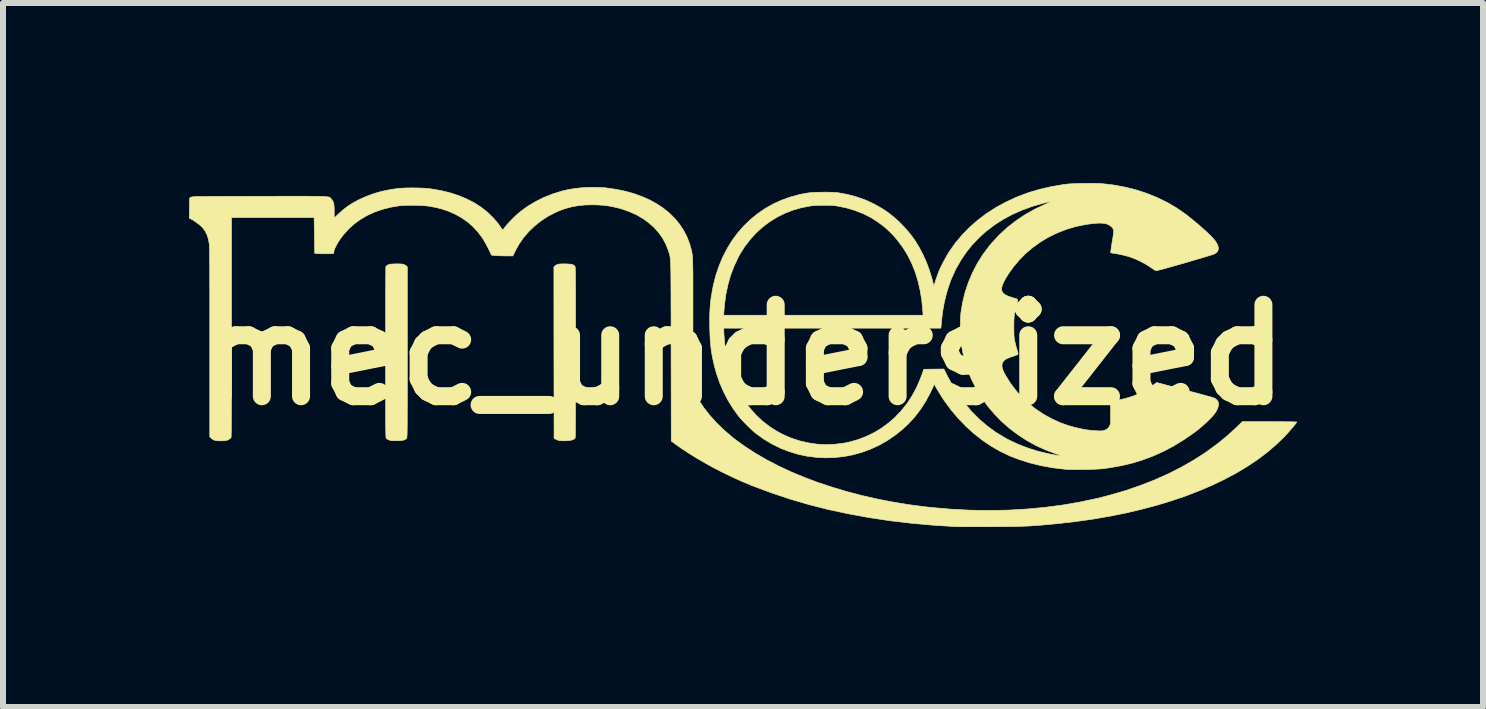
<source format=kicad_pcb>
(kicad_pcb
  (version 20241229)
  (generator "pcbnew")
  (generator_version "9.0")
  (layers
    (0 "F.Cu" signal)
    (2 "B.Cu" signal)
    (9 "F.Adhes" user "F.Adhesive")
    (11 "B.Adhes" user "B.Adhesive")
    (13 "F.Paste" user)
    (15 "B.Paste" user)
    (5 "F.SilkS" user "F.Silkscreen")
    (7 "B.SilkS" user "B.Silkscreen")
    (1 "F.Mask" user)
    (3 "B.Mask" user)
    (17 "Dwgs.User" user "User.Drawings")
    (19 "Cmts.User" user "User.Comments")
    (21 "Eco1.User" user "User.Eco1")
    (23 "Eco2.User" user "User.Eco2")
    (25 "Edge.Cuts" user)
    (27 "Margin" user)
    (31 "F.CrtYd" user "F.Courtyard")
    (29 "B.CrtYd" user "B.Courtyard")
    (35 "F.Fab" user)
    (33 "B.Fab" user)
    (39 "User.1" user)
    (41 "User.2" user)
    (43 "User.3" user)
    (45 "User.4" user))
  (footprint "mec_undersized"
    (layer "F.Cu")
    (at 9.333 2.864)
    (property "Reference" "mec_undersized" (at 0 0 0) (layer "F.SilkS") (effects (font (size 1.524 1.524) (thickness 0.3))))
    (attr exclude_from_pos_files exclude_from_bom)
    (fp_poly (pts (xy -2.954 -1.516) (xy -2.909 -1.514) (xy -2.874 -1.511) (xy -2.848 -1.506) (xy -2.829 -1.499) (xy -2.813 -1.488) (xy -2.802 -1.478) (xy -2.8 -1.476) (xy -2.799 -1.472) (xy -2.798 -1.465) (xy -2.797 -1.456) (xy -2.796 -1.442) (xy -2.795 -1.424) (xy -2.795 -1.402) (xy -2.794 -1.374) (xy -2.793 -1.34) (xy -2.793 -1.3) (xy -2.792 -1.252) (xy -2.792 -1.197) (xy -2.792 -1.134) (xy -2.791 -1.063) (xy -2.791 -0.982) (xy -2.791 -0.891) (xy -2.791 -0.79) (xy -2.791 -0.678) (xy -2.791 -0.554) (xy -2.791 -0.418) (xy -2.791 -0.27) (xy -2.791 -0.109) (xy -2.791 -0.048) (xy -2.791 0.135) (xy -2.791 0.303) (xy -2.791 0.459) (xy -2.791 0.601) (xy -2.791 0.73) (xy -2.792 0.847) (xy -2.792 0.952) (xy -2.792 1.044) (xy -2.793 1.125) (xy -2.793 1.195) (xy -2.794 1.253) (xy -2.795 1.3) (xy -2.795 1.337) (xy -2.796 1.363) (xy -2.797 1.38) (xy -2.798 1.386) (xy -2.809 1.397) (xy -2.827 1.409) (xy -2.838 1.415) (xy -2.863 1.422) (xy -2.897 1.428) (xy -2.938 1.431) (xy -2.981 1.432) (xy -3.022 1.432) (xy -3.058 1.428) (xy -3.078 1.424) (xy -3.102 1.415) (xy -3.124 1.405) (xy -3.13 1.401) (xy -3.149 1.387) (xy -3.151 -0.04) (xy -3.152 -1.467) (xy -3.131 -1.485) (xy -3.113 -1.498) (xy -3.092 -1.507) (xy -3.066 -1.513) (xy -3.032 -1.516) (xy -2.988 -1.516) (xy -2.954 -1.516)) (stroke (width 0.01) (type solid)) (fill yes) (layer "F.SilkS"))
    (fp_poly (pts (xy -5.702 -1.515) (xy -5.671 -1.511) (xy -5.647 -1.504) (xy -5.627 -1.493) (xy -5.616 -1.485) (xy -5.595 -1.467) (xy -5.595 -0.042) (xy -5.595 0.124) (xy -5.595 0.276) (xy -5.595 0.416) (xy -5.595 0.544) (xy -5.595 0.659) (xy -5.595 0.764) (xy -5.595 0.859) (xy -5.596 0.943) (xy -5.596 1.018) (xy -5.596 1.084) (xy -5.596 1.141) (xy -5.597 1.191) (xy -5.597 1.234) (xy -5.598 1.27) (xy -5.598 1.301) (xy -5.599 1.325) (xy -5.6 1.345) (xy -5.601 1.361) (xy -5.602 1.372) (xy -5.603 1.381) (xy -5.604 1.387) (xy -5.605 1.391) (xy -5.607 1.393) (xy -5.607 1.393) (xy -5.626 1.407) (xy -5.645 1.417) (xy -5.669 1.424) (xy -5.701 1.428) (xy -5.742 1.43) (xy -5.758 1.431) (xy -5.795 1.431) (xy -5.829 1.431) (xy -5.856 1.429) (xy -5.873 1.428) (xy -5.873 1.427) (xy -5.914 1.413) (xy -5.945 1.393) (xy -5.946 1.392) (xy -5.947 1.388) (xy -5.949 1.384) (xy -5.95 1.376) (xy -5.951 1.366) (xy -5.952 1.352) (xy -5.952 1.334) (xy -5.953 1.311) (xy -5.954 1.283) (xy -5.954 1.25) (xy -5.955 1.21) (xy -5.955 1.163) (xy -5.956 1.108) (xy -5.956 1.045) (xy -5.956 0.974) (xy -5.956 0.894) (xy -5.956 0.804) (xy -5.957 0.703) (xy -5.957 0.592) (xy -5.957 0.469) (xy -5.957 0.334) (xy -5.957 0.187) (xy -5.957 0.026) (xy -5.957 -0.039) (xy -5.957 -0.179) (xy -5.957 -0.315) (xy -5.957 -0.446) (xy -5.957 -0.573) (xy -5.956 -0.695) (xy -5.956 -0.809) (xy -5.956 -0.917) (xy -5.956 -1.018) (xy -5.955 -1.11) (xy -5.955 -1.193) (xy -5.955 -1.267) (xy -5.954 -1.33) (xy -5.954 -1.383) (xy -5.954 -1.424) (xy -5.953 -1.453) (xy -5.953 -1.468) (xy -5.952 -1.472) (xy -5.944 -1.481) (xy -5.928 -1.493) (xy -5.919 -1.498) (xy -5.906 -1.504) (xy -5.891 -1.509) (xy -5.872 -1.512) (xy -5.845 -1.514) (xy -5.809 -1.515) (xy -5.793 -1.516) (xy -5.742 -1.516) (xy -5.702 -1.515)) (stroke (width 0.01) (type solid)) (fill yes) (layer "F.SilkS"))
    (fp_poly (pts (xy -2.377 -2.79) (xy -2.293 -2.784) (xy -2.13 -2.761) (xy -1.974 -2.73) (xy -1.827 -2.69) (xy -1.688 -2.64) (xy -1.558 -2.583) (xy -1.438 -2.517) (xy -1.327 -2.443) (xy -1.227 -2.362) (xy -1.137 -2.273) (xy -1.058 -2.177) (xy -0.99 -2.074) (xy -0.933 -1.964) (xy -0.889 -1.848) (xy -0.87 -1.781) (xy -0.865 -1.763) (xy -0.861 -1.746) (xy -0.857 -1.73) (xy -0.854 -1.714) (xy -0.851 -1.698) (xy -0.848 -1.68) (xy -0.845 -1.659) (xy -0.843 -1.636) (xy -0.841 -1.61) (xy -0.84 -1.579) (xy -0.839 -1.543) (xy -0.838 -1.501) (xy -0.837 -1.454) (xy -0.836 -1.399) (xy -0.835 -1.336) (xy -0.835 -1.265) (xy -0.835 -1.185) (xy -0.835 -1.095) (xy -0.835 -0.994) (xy -0.835 -0.882) (xy -0.835 -0.758) (xy -0.835 -0.622) (xy -0.835 -0.51) (xy -0.836 0.57) (xy -0.804 0.635) (xy -0.733 0.761) (xy -0.65 0.886) (xy -0.553 1.009) (xy -0.444 1.13) (xy -0.324 1.247) (xy -0.192 1.361) (xy -0.125 1.414) (xy 0.037 1.531) (xy 0.212 1.644) (xy 0.399 1.752) (xy 0.596 1.854) (xy 0.804 1.951) (xy 1.022 2.042) (xy 1.249 2.127) (xy 1.484 2.205) (xy 1.726 2.277) (xy 1.976 2.343) (xy 2.231 2.401) (xy 2.492 2.452) (xy 2.758 2.496) (xy 3.028 2.531) (xy 3.135 2.543) (xy 3.456 2.571) (xy 3.776 2.588) (xy 4.094 2.593) (xy 4.408 2.588) (xy 4.719 2.57) (xy 5.025 2.542) (xy 5.325 2.503) (xy 5.619 2.452) (xy 5.906 2.391) (xy 6.113 2.338) (xy 6.371 2.263) (xy 6.619 2.178) (xy 6.857 2.085) (xy 7.086 1.983) (xy 7.305 1.872) (xy 7.513 1.753) (xy 7.71 1.626) (xy 7.897 1.49) (xy 8.073 1.347) (xy 8.23 1.202) (xy 8.321 1.113) (xy 8.774 1.113) (xy 8.852 1.114) (xy 8.926 1.114) (xy 8.994 1.114) (xy 9.056 1.115) (xy 9.11 1.115) (xy 9.155 1.116) (xy 9.191 1.117) (xy 9.215 1.118) (xy 9.227 1.119) (xy 9.228 1.119) (xy 9.223 1.128) (xy 9.211 1.145) (xy 9.192 1.169) (xy 9.168 1.198) (xy 9.14 1.231) (xy 9.111 1.265) (xy 9.08 1.3) (xy 9.05 1.333) (xy 9.022 1.363) (xy 9.012 1.374) (xy 8.877 1.503) (xy 8.73 1.628) (xy 8.571 1.748) (xy 8.399 1.862) (xy 8.216 1.972) (xy 8.022 2.075) (xy 7.817 2.173) (xy 7.602 2.265) (xy 7.376 2.352) (xy 7.141 2.432) (xy 6.897 2.506) (xy 6.644 2.573) (xy 6.382 2.635) (xy 6.113 2.689) (xy 5.835 2.737) (xy 5.551 2.777) (xy 5.259 2.811) (xy 5.111 2.825) (xy 5.034 2.832) (xy 4.964 2.838) (xy 4.9 2.843) (xy 4.84 2.847) (xy 4.782 2.851) (xy 4.725 2.854) (xy 4.667 2.856) (xy 4.606 2.858) (xy 4.541 2.86) (xy 4.47 2.861) (xy 4.392 2.862) (xy 4.303 2.863) (xy 4.204 2.863) (xy 4.123 2.863) (xy 4.039 2.864) (xy 3.957 2.864) (xy 3.88 2.864) (xy 3.808 2.864) (xy 3.743 2.864) (xy 3.686 2.864) (xy 3.638 2.863) (xy 3.601 2.863) (xy 3.575 2.863) (xy 3.563 2.863) (xy 3.183 2.84) (xy 2.813 2.807) (xy 2.453 2.765) (xy 2.102 2.712) (xy 1.761 2.65) (xy 1.428 2.579) (xy 1.104 2.497) (xy 0.789 2.405) (xy 0.482 2.303) (xy 0.183 2.192) (xy -0.014 2.111) (xy -0.162 2.044) (xy -0.313 1.972) (xy -0.464 1.895) (xy -0.612 1.814) (xy -0.756 1.731) (xy -0.893 1.647) (xy -1.021 1.563) (xy -1.137 1.481) (xy -1.139 1.479) (xy -1.196 1.437) (xy -1.199 -0.056) (xy -1.199 -0.229) (xy -1.199 -0.388) (xy -1.199 -0.535) (xy -1.199 -0.669) (xy -1.2 -0.792) (xy -1.2 -0.904) (xy -1.2 -1.006) (xy -1.201 -1.098) (xy -1.201 -1.18) (xy -1.202 -1.254) (xy -1.202 -1.319) (xy -1.203 -1.377) (xy -1.204 -1.428) (xy -1.205 -1.473) (xy -1.207 -1.512) (xy -1.208 -1.546) (xy -1.21 -1.575) (xy -1.212 -1.6) (xy -1.215 -1.621) (xy -1.217 -1.64) (xy -1.22 -1.656) (xy -1.223 -1.671) (xy -1.227 -1.684) (xy -1.231 -1.697) (xy -1.235 -1.71) (xy -1.24 -1.724) (xy -1.245 -1.738) (xy -1.249 -1.751) (xy -1.291 -1.855) (xy -1.344 -1.952) (xy -1.41 -2.043) (xy -1.486 -2.127) (xy -1.574 -2.204) (xy -1.671 -2.274) (xy -1.778 -2.335) (xy -1.894 -2.387) (xy -2.018 -2.431) (xy -2.085 -2.449) (xy -2.17 -2.469) (xy -2.252 -2.484) (xy -2.334 -2.493) (xy -2.42 -2.499) (xy -2.512 -2.501) (xy -2.633 -2.498) (xy -2.744 -2.487) (xy -2.849 -2.469) (xy -2.951 -2.442) (xy -3.051 -2.407) (xy -3.138 -2.368) (xy -3.258 -2.305) (xy -3.37 -2.231) (xy -3.474 -2.148) (xy -3.57 -2.056) (xy -3.656 -1.956) (xy -3.73 -1.85) (xy -3.792 -1.739) (xy -3.797 -1.729) (xy -3.836 -1.649) (xy -3.931 -1.649) (xy -3.991 -1.65) (xy -4.046 -1.651) (xy -4.095 -1.653) (xy -4.136 -1.656) (xy -4.167 -1.659) (xy -4.188 -1.662) (xy -4.196 -1.666) (xy -4.196 -1.667) (xy -4.199 -1.677) (xy -4.208 -1.698) (xy -4.222 -1.727) (xy -4.239 -1.76) (xy -4.258 -1.797) (xy -4.278 -1.835) (xy -4.297 -1.871) (xy -4.316 -1.903) (xy -4.332 -1.93) (xy -4.339 -1.942) (xy -4.415 -2.044) (xy -4.498 -2.135) (xy -4.59 -2.215) (xy -4.69 -2.285) (xy -4.798 -2.345) (xy -4.901 -2.391) (xy -5.005 -2.427) (xy -5.114 -2.456) (xy -5.232 -2.477) (xy -5.264 -2.481) (xy -5.312 -2.486) (xy -5.369 -2.49) (xy -5.432 -2.492) (xy -5.498 -2.493) (xy -5.564 -2.493) (xy -5.626 -2.492) (xy -5.681 -2.489) (xy -5.724 -2.485) (xy -5.869 -2.461) (xy -6.008 -2.426) (xy -6.138 -2.381) (xy -6.261 -2.325) (xy -6.374 -2.259) (xy -6.479 -2.183) (xy -6.575 -2.096) (xy -6.66 -2.001) (xy -6.715 -1.928) (xy -6.747 -1.879) (xy -6.774 -1.831) (xy -6.796 -1.788) (xy -6.812 -1.751) (xy -6.819 -1.722) (xy -6.819 -1.72) (xy -6.823 -1.688) (xy -6.917 -1.685) (xy -6.959 -1.685) (xy -7.004 -1.685) (xy -7.044 -1.686) (xy -7.075 -1.688) (xy -7.138 -1.692) (xy -7.143 -1.991) (xy -7.148 -2.289) (xy -8.525 -2.289) (xy -8.525 -0.462) (xy -8.525 -0.245) (xy -8.525 -0.041) (xy -8.525 0.149) (xy -8.525 0.326) (xy -8.525 0.488) (xy -8.526 0.637) (xy -8.526 0.772) (xy -8.526 0.893) (xy -8.527 1.001) (xy -8.527 1.095) (xy -8.528 1.176) (xy -8.528 1.243) (xy -8.529 1.296) (xy -8.53 1.337) (xy -8.531 1.363) (xy -8.531 1.377) (xy -8.532 1.378) (xy -8.542 1.389) (xy -8.559 1.403) (xy -8.571 1.41) (xy -8.588 1.419) (xy -8.604 1.425) (xy -8.624 1.429) (xy -8.651 1.431) (xy -8.677 1.432) (xy -8.732 1.433) (xy -8.775 1.43) (xy -8.81 1.422) (xy -8.838 1.409) (xy -8.859 1.392) (xy -8.887 1.366) (xy -8.887 -0.204) (xy -8.887 -0.405) (xy -8.887 -0.593) (xy -8.887 -0.766) (xy -8.887 -0.926) (xy -8.887 -1.073) (xy -8.888 -1.207) (xy -8.888 -1.327) (xy -8.888 -1.435) (xy -8.889 -1.529) (xy -8.89 -1.611) (xy -8.89 -1.681) (xy -8.891 -1.738) (xy -8.892 -1.783) (xy -8.893 -1.815) (xy -8.894 -1.836) (xy -8.894 -1.842) (xy -8.909 -1.926) (xy -8.933 -2.001) (xy -8.967 -2.067) (xy -9.011 -2.125) (xy -9.021 -2.135) (xy -9.042 -2.155) (xy -9.072 -2.178) (xy -9.106 -2.204) (xy -9.141 -2.228) (xy -9.173 -2.25) (xy -9.2 -2.265) (xy -9.208 -2.269) (xy -9.228 -2.278) (xy -9.226 -2.445) (xy -9.224 -2.612) (xy -9.2 -2.627) (xy -9.196 -2.628) (xy -9.193 -2.63) (xy -9.188 -2.632) (xy -9.181 -2.633) (xy -9.173 -2.634) (xy -9.161 -2.635) (xy -9.145 -2.636) (xy -9.126 -2.637) (xy -9.101 -2.638) (xy -9.071 -2.639) (xy -9.034 -2.639) (xy -8.991 -2.64) (xy -8.94 -2.64) (xy -8.881 -2.641) (xy -8.813 -2.641) (xy -8.736 -2.641) (xy -8.648 -2.642) (xy -8.55 -2.642) (xy -8.441 -2.642) (xy -8.319 -2.642) (xy -8.184 -2.643) (xy -8.058 -2.643) (xy -7.91 -2.643) (xy -7.774 -2.643) (xy -7.651 -2.644) (xy -7.54 -2.644) (xy -7.441 -2.644) (xy -7.352 -2.644) (xy -7.273 -2.644) (xy -7.204 -2.643) (xy -7.144 -2.643) (xy -7.091 -2.642) (xy -7.047 -2.641) (xy -7.009 -2.64) (xy -6.977 -2.638) (xy -6.951 -2.637) (xy -6.93 -2.634) (xy -6.913 -2.632) (xy -6.9 -2.629) (xy -6.89 -2.626) (xy -6.883 -2.622) (xy -6.877 -2.617) (xy -6.873 -2.613) (xy -6.868 -2.607) (xy -6.864 -2.601) (xy -6.859 -2.595) (xy -6.858 -2.594) (xy -6.843 -2.574) (xy -6.831 -2.553) (xy -6.822 -2.529) (xy -6.817 -2.5) (xy -6.814 -2.463) (xy -6.813 -2.415) (xy -6.813 -2.392) (xy -6.813 -2.281) (xy -6.752 -2.339) (xy -6.671 -2.412) (xy -6.59 -2.475) (xy -6.503 -2.531) (xy -6.407 -2.583) (xy -6.279 -2.641) (xy -6.148 -2.689) (xy -6.013 -2.727) (xy -5.871 -2.756) (xy -5.741 -2.774) (xy -5.687 -2.778) (xy -5.623 -2.781) (xy -5.552 -2.782) (xy -5.478 -2.782) (xy -5.404 -2.781) (xy -5.332 -2.778) (xy -5.267 -2.774) (xy -5.212 -2.768) (xy -5.198 -2.766) (xy -5.034 -2.738) (xy -4.88 -2.7) (xy -4.735 -2.653) (xy -4.6 -2.596) (xy -4.474 -2.531) (xy -4.359 -2.456) (xy -4.254 -2.372) (xy -4.159 -2.28) (xy -4.075 -2.179) (xy -4.043 -2.132) (xy -4.027 -2.109) (xy -4.014 -2.092) (xy -4.006 -2.082) (xy -4.005 -2.081) (xy -4 -2.086) (xy -3.988 -2.1) (xy -3.973 -2.12) (xy -3.962 -2.134) (xy -3.931 -2.173) (xy -3.89 -2.217) (xy -3.845 -2.264) (xy -3.797 -2.311) (xy -3.75 -2.354) (xy -3.709 -2.388) (xy -3.587 -2.477) (xy -3.455 -2.556) (xy -3.315 -2.625) (xy -3.169 -2.683) (xy -3.017 -2.73) (xy -2.909 -2.755) (xy -2.812 -2.771) (xy -2.706 -2.783) (xy -2.595 -2.791) (xy -2.484 -2.793) (xy -2.377 -2.79)) (stroke (width 0.01) (type solid)) (fill yes) (layer "F.SilkS"))
    (fp_poly (pts (xy 5.875 -2.858) (xy 5.932 -2.857) (xy 5.978 -2.854) (xy 5.98 -2.854) (xy 6.175 -2.831) (xy 6.365 -2.796) (xy 6.549 -2.75) (xy 6.728 -2.692) (xy 6.899 -2.623) (xy 7.063 -2.543) (xy 7.22 -2.452) (xy 7.368 -2.35) (xy 7.429 -2.302) (xy 7.52 -2.229) (xy 7.602 -2.16) (xy 7.675 -2.096) (xy 7.739 -2.037) (xy 7.793 -1.985) (xy 7.836 -1.939) (xy 7.869 -1.9) (xy 7.873 -1.894) (xy 7.902 -1.847) (xy 7.919 -1.804) (xy 7.922 -1.766) (xy 7.913 -1.733) (xy 7.891 -1.705) (xy 7.856 -1.682) (xy 7.855 -1.682) (xy 7.842 -1.677) (xy 7.817 -1.668) (xy 7.781 -1.657) (xy 7.735 -1.643) (xy 7.681 -1.627) (xy 7.619 -1.608) (xy 7.551 -1.588) (xy 7.478 -1.567) (xy 7.401 -1.544) (xy 7.353 -1.53) (xy 7.262 -1.504) (xy 7.184 -1.482) (xy 7.117 -1.463) (xy 7.061 -1.447) (xy 7.014 -1.434) (xy 6.976 -1.424) (xy 6.945 -1.416) (xy 6.922 -1.41) (xy 6.904 -1.407) (xy 6.891 -1.404) (xy 6.882 -1.404) (xy 6.876 -1.404) (xy 6.872 -1.406) (xy 6.871 -1.406) (xy 6.86 -1.414) (xy 6.84 -1.427) (xy 6.813 -1.445) (xy 6.783 -1.465) (xy 6.777 -1.47) (xy 6.702 -1.516) (xy 6.62 -1.56) (xy 6.535 -1.599) (xy 6.453 -1.63) (xy 6.449 -1.631) (xy 6.404 -1.645) (xy 6.35 -1.659) (xy 6.291 -1.672) (xy 6.232 -1.684) (xy 6.178 -1.693) (xy 6.164 -1.694) (xy 6.144 -1.698) (xy 6.13 -1.703) (xy 6.127 -1.705) (xy 6.127 -1.713) (xy 6.13 -1.733) (xy 6.134 -1.763) (xy 6.139 -1.801) (xy 6.146 -1.845) (xy 6.152 -1.882) (xy 6.163 -1.949) (xy 6.171 -2.002) (xy 6.175 -2.041) (xy 6.177 -2.068) (xy 6.176 -2.079) (xy 6.165 -2.106) (xy 6.143 -2.133) (xy 6.112 -2.157) (xy 6.076 -2.176) (xy 6.072 -2.178) (xy 6.032 -2.189) (xy 5.984 -2.195) (xy 5.926 -2.196) (xy 5.858 -2.191) (xy 5.778 -2.182) (xy 5.703 -2.171) (xy 5.543 -2.138) (xy 5.389 -2.092) (xy 5.24 -2.034) (xy 5.097 -1.965) (xy 4.962 -1.885) (xy 4.834 -1.794) (xy 4.714 -1.693) (xy 4.604 -1.582) (xy 4.503 -1.462) (xy 4.423 -1.349) (xy 4.38 -1.28) (xy 4.348 -1.221) (xy 4.325 -1.169) (xy 4.312 -1.125) (xy 4.31 -1.087) (xy 4.318 -1.055) (xy 4.336 -1.028) (xy 4.364 -1.005) (xy 4.403 -0.985) (xy 4.448 -0.968) (xy 4.481 -0.958) (xy 4.512 -0.948) (xy 4.537 -0.94) (xy 4.548 -0.937) (xy 4.564 -0.93) (xy 4.574 -0.921) (xy 4.577 -0.908) (xy 4.575 -0.887) (xy 4.567 -0.857) (xy 4.562 -0.841) (xy 4.547 -0.789) (xy 4.536 -0.744) (xy 4.527 -0.703) (xy 4.521 -0.661) (xy 4.517 -0.617) (xy 4.514 -0.567) (xy 4.514 -0.508) (xy 4.513 -0.466) (xy 4.514 -0.412) (xy 4.514 -0.369) (xy 4.515 -0.335) (xy 4.517 -0.307) (xy 4.519 -0.283) (xy 4.523 -0.26) (xy 4.527 -0.237) (xy 4.532 -0.216) (xy 4.541 -0.176) (xy 4.552 -0.135) (xy 4.563 -0.097) (xy 4.569 -0.078) (xy 4.576 -0.05) (xy 4.582 -0.028) (xy 4.584 -0.013) (xy 4.583 -0.01) (xy 4.576 -0.005) (xy 4.557 0.004) (xy 4.531 0.014) (xy 4.498 0.025) (xy 4.49 0.027) (xy 4.438 0.045) (xy 4.398 0.062) (xy 4.368 0.08) (xy 4.346 0.099) (xy 4.331 0.121) (xy 4.328 0.127) (xy 4.318 0.154) (xy 4.315 0.181) (xy 4.318 0.21) (xy 4.327 0.243) (xy 4.344 0.283) (xy 4.369 0.331) (xy 4.376 0.343) (xy 4.455 0.47) (xy 4.545 0.59) (xy 4.646 0.703) (xy 4.758 0.808) (xy 4.878 0.903) (xy 5.008 0.99) (xy 5.144 1.065) (xy 5.288 1.131) (xy 5.303 1.136) (xy 5.405 1.173) (xy 5.512 1.204) (xy 5.621 1.23) (xy 5.729 1.25) (xy 5.833 1.262) (xy 5.93 1.267) (xy 5.943 1.267) (xy 5.975 1.267) (xy 5.999 1.265) (xy 6.018 1.26) (xy 6.036 1.253) (xy 6.047 1.248) (xy 6.071 1.233) (xy 6.088 1.218) (xy 6.102 1.196) (xy 6.105 1.19) (xy 6.124 1.152) (xy 6.124 0.97) (xy 6.125 0.909) (xy 6.125 0.861) (xy 6.126 0.825) (xy 6.128 0.799) (xy 6.13 0.784) (xy 6.133 0.778) (xy 6.145 0.772) (xy 6.169 0.765) (xy 6.204 0.76) (xy 6.209 0.759) (xy 6.278 0.748) (xy 6.354 0.731) (xy 6.43 0.71) (xy 6.501 0.686) (xy 6.503 0.686) (xy 6.578 0.655) (xy 6.653 0.618) (xy 6.729 0.574) (xy 6.809 0.522) (xy 6.873 0.477) (xy 6.895 0.461) (xy 7.061 0.505) (xy 7.185 0.538) (xy 7.297 0.567) (xy 7.396 0.593) (xy 7.484 0.617) (xy 7.561 0.637) (xy 7.627 0.655) (xy 7.684 0.671) (xy 7.732 0.684) (xy 7.772 0.695) (xy 7.803 0.704) (xy 7.828 0.712) (xy 7.847 0.718) (xy 7.859 0.722) (xy 7.866 0.726) (xy 7.897 0.75) (xy 7.917 0.78) (xy 7.924 0.817) (xy 7.92 0.858) (xy 7.905 0.904) (xy 7.878 0.953) (xy 7.853 0.988) (xy 7.818 1.029) (xy 7.774 1.075) (xy 7.723 1.124) (xy 7.667 1.175) (xy 7.608 1.225) (xy 7.548 1.273) (xy 7.509 1.302) (xy 7.343 1.416) (xy 7.179 1.517) (xy 7.013 1.605) (xy 6.846 1.681) (xy 6.674 1.746) (xy 6.497 1.801) (xy 6.313 1.845) (xy 6.12 1.88) (xy 5.999 1.897) (xy 5.964 1.9) (xy 5.917 1.903) (xy 5.862 1.906) (xy 5.8 1.908) (xy 5.734 1.909) (xy 5.666 1.911) (xy 5.598 1.911) (xy 5.533 1.911) (xy 5.474 1.911) (xy 5.423 1.91) (xy 5.382 1.908) (xy 5.365 1.906) (xy 5.162 1.882) (xy 4.966 1.846) (xy 4.778 1.8) (xy 4.598 1.743) (xy 4.446 1.684) (xy 4.29 1.61) (xy 4.137 1.522) (xy 3.99 1.423) (xy 3.849 1.312) (xy 3.714 1.19) (xy 3.586 1.057) (xy 3.466 0.915) (xy 3.354 0.763) (xy 3.341 0.742) (xy 3.32 0.711) (xy 3.298 0.676) (xy 3.275 0.639) (xy 3.252 0.603) (xy 3.232 0.569) (xy 3.215 0.54) (xy 3.202 0.517) (xy 3.195 0.503) (xy 3.194 0.5) (xy 3.189 0.494) (xy 3.187 0.494) (xy 3.181 0.5) (xy 3.18 0.503) (xy 3.177 0.512) (xy 3.169 0.531) (xy 3.156 0.559) (xy 3.14 0.592) (xy 3.121 0.63) (xy 3.118 0.637) (xy 3.041 0.78) (xy 2.956 0.911) (xy 2.862 1.033) (xy 2.759 1.146) (xy 2.645 1.251) (xy 2.543 1.333) (xy 2.411 1.424) (xy 2.273 1.503) (xy 2.13 1.569) (xy 1.984 1.623) (xy 1.835 1.665) (xy 1.683 1.694) (xy 1.53 1.711) (xy 1.376 1.716) (xy 1.223 1.708) (xy 1.07 1.689) (xy 0.919 1.657) (xy 0.771 1.612) (xy 0.626 1.556) (xy 0.486 1.487) (xy 0.35 1.406) (xy 0.22 1.313) (xy 0.209 1.304) (xy 0.172 1.273) (xy 0.13 1.234) (xy 0.084 1.19) (xy 0.038 1.144) (xy -0.006 1.098) (xy -0.045 1.055) (xy -0.072 1.023) (xy -0.164 0.898) (xy -0.248 0.762) (xy -0.323 0.618) (xy -0.388 0.468) (xy -0.442 0.312) (xy -0.476 0.191) (xy -0.496 0.104) (xy -0.513 0.021) (xy -0.527 -0.059) (xy -0.537 -0.14) (xy -0.545 -0.225) (xy -0.55 -0.317) (xy -0.554 -0.418) (xy -0.554 -0.445) (xy -0.322 -0.445) (xy -0.318 -0.343) (xy -0.306 -0.192) (xy -0.285 -0.042) (xy -0.255 0.107) (xy -0.215 0.252) (xy -0.168 0.391) (xy -0.113 0.522) (xy -0.055 0.636) (xy 0.028 0.77) (xy 0.119 0.893) (xy 0.218 1.004) (xy 0.326 1.105) (xy 0.443 1.196) (xy 0.568 1.275) (xy 0.661 1.325) (xy 0.797 1.385) (xy 0.939 1.432) (xy 1.084 1.466) (xy 1.231 1.488) (xy 1.38 1.496) (xy 1.529 1.49) (xy 1.678 1.472) (xy 1.777 1.451) (xy 1.92 1.411) (xy 2.057 1.358) (xy 2.188 1.294) (xy 2.301 1.226) (xy 2.422 1.138) (xy 2.534 1.04) (xy 2.637 0.932) (xy 2.731 0.814) (xy 2.815 0.686) (xy 2.889 0.55) (xy 2.952 0.406) (xy 2.979 0.334) (xy 3.012 0.24) (xy 3.347 0.236) (xy 3.399 0.34) (xy 3.491 0.509) (xy 3.591 0.667) (xy 3.699 0.814) (xy 3.815 0.95) (xy 3.94 1.075) (xy 4.073 1.188) (xy 4.214 1.291) (xy 4.364 1.382) (xy 4.423 1.414) (xy 4.584 1.49) (xy 4.752 1.555) (xy 4.927 1.609) (xy 5.11 1.652) (xy 5.188 1.666) (xy 5.236 1.674) (xy 5.27 1.679) (xy 5.291 1.682) (xy 5.299 1.681) (xy 5.294 1.677) (xy 5.277 1.67) (xy 5.247 1.66) (xy 5.219 1.65) (xy 5.048 1.587) (xy 4.884 1.512) (xy 4.727 1.426) (xy 4.579 1.329) (xy 4.439 1.223) (xy 4.307 1.107) (xy 4.186 0.982) (xy 4.074 0.849) (xy 3.973 0.708) (xy 3.883 0.559) (xy 3.805 0.403) (xy 3.802 0.395) (xy 3.749 0.265) (xy 3.704 0.126) (xy 3.667 -0.019) (xy 3.639 -0.168) (xy 3.635 -0.191) (xy 3.631 -0.232) (xy 3.627 -0.284) (xy 3.624 -0.344) (xy 3.623 -0.408) (xy 3.622 -0.475) (xy 3.623 -0.54) (xy 3.624 -0.601) (xy 3.627 -0.655) (xy 3.631 -0.699) (xy 3.631 -0.703) (xy 3.66 -0.876) (xy 3.701 -1.044) (xy 3.756 -1.208) (xy 3.823 -1.367) (xy 3.903 -1.521) (xy 3.995 -1.668) (xy 4.099 -1.808) (xy 4.153 -1.873) (xy 4.276 -2.004) (xy 4.409 -2.126) (xy 4.552 -2.237) (xy 4.703 -2.338) (xy 4.863 -2.428) (xy 5.032 -2.508) (xy 5.07 -2.524) (xy 5.102 -2.537) (xy 5.123 -2.547) (xy 5.134 -2.553) (xy 5.133 -2.556) (xy 5.121 -2.554) (xy 5.096 -2.549) (xy 5.059 -2.541) (xy 5.009 -2.528) (xy 4.996 -2.525) (xy 4.819 -2.474) (xy 4.649 -2.412) (xy 4.488 -2.341) (xy 4.336 -2.259) (xy 4.194 -2.168) (xy 4.06 -2.067) (xy 3.937 -1.957) (xy 3.823 -1.838) (xy 3.72 -1.71) (xy 3.628 -1.574) (xy 3.546 -1.429) (xy 3.476 -1.277) (xy 3.464 -1.246) (xy 3.422 -1.129) (xy 3.385 -1.003) (xy 3.354 -0.873) (xy 3.33 -0.742) (xy 3.313 -0.614) (xy 3.309 -0.567) (xy 3.307 -0.535) (xy 3.304 -0.504) (xy 3.301 -0.48) (xy 3.301 -0.478) (xy 3.297 -0.445) (xy -0.322 -0.445) (xy -0.554 -0.445) (xy -0.555 -0.463) (xy -0.556 -0.551) (xy -0.556 -0.628) (xy -0.555 -0.661) (xy -0.322 -0.661) (xy 3.001 -0.661) (xy 2.996 -0.729) (xy 2.979 -0.909) (xy 2.951 -1.079) (xy 2.913 -1.24) (xy 2.865 -1.393) (xy 2.806 -1.538) (xy 2.736 -1.674) (xy 2.665 -1.788) (xy 2.575 -1.91) (xy 2.477 -2.021) (xy 2.37 -2.121) (xy 2.255 -2.21) (xy 2.132 -2.288) (xy 2.001 -2.354) (xy 1.863 -2.408) (xy 1.718 -2.451) (xy 1.566 -2.481) (xy 1.538 -2.485) (xy 1.498 -2.489) (xy 1.448 -2.492) (xy 1.391 -2.493) (xy 1.33 -2.493) (xy 1.27 -2.492) (xy 1.212 -2.49) (xy 1.161 -2.486) (xy 1.127 -2.482) (xy 0.978 -2.454) (xy 0.835 -2.413) (xy 0.698 -2.36) (xy 0.567 -2.295) (xy 0.443 -2.218) (xy 0.327 -2.131) (xy 0.218 -2.032) (xy 0.119 -1.923) (xy 0.028 -1.805) (xy -0.053 -1.676) (xy -0.082 -1.621) (xy -0.149 -1.479) (xy -0.206 -1.329) (xy -0.251 -1.171) (xy -0.286 -1.007) (xy -0.309 -0.838) (xy -0.317 -0.739) (xy -0.322 -0.661) (xy -0.555 -0.661) (xy -0.554 -0.696) (xy -0.551 -0.759) (xy -0.547 -0.82) (xy -0.541 -0.881) (xy -0.533 -0.945) (xy -0.528 -0.978) (xy -0.497 -1.151) (xy -0.455 -1.317) (xy -0.402 -1.476) (xy -0.339 -1.628) (xy -0.265 -1.771) (xy -0.182 -1.906) (xy -0.089 -2.032) (xy 0.013 -2.148) (xy 0.123 -2.255) (xy 0.242 -2.352) (xy 0.369 -2.439) (xy 0.503 -2.515) (xy 0.645 -2.579) (xy 0.793 -2.632) (xy 0.948 -2.674) (xy 1.075 -2.697) (xy 1.114 -2.702) (xy 1.164 -2.706) (xy 1.222 -2.709) (xy 1.284 -2.71) (xy 1.349 -2.711) (xy 1.412 -2.711) (xy 1.472 -2.709) (xy 1.526 -2.707) (xy 1.57 -2.704) (xy 1.59 -2.701) (xy 1.752 -2.671) (xy 1.905 -2.629) (xy 2.052 -2.576) (xy 2.192 -2.51) (xy 2.326 -2.433) (xy 2.393 -2.389) (xy 2.5 -2.307) (xy 2.605 -2.214) (xy 2.703 -2.112) (xy 2.794 -2.005) (xy 2.866 -1.906) (xy 2.935 -1.793) (xy 2.999 -1.671) (xy 3.057 -1.542) (xy 3.106 -1.41) (xy 3.147 -1.278) (xy 3.157 -1.235) (xy 3.165 -1.204) (xy 3.173 -1.179) (xy 3.178 -1.161) (xy 3.182 -1.155) (xy 3.187 -1.161) (xy 3.187 -1.165) (xy 3.189 -1.175) (xy 3.196 -1.196) (xy 3.205 -1.225) (xy 3.216 -1.259) (xy 3.229 -1.295) (xy 3.241 -1.331) (xy 3.254 -1.364) (xy 3.264 -1.392) (xy 3.267 -1.399) (xy 3.285 -1.44) (xy 3.309 -1.489) (xy 3.337 -1.543) (xy 3.366 -1.597) (xy 3.394 -1.649) (xy 3.421 -1.695) (xy 3.437 -1.72) (xy 3.538 -1.863) (xy 3.651 -1.997) (xy 3.774 -2.124) (xy 3.908 -2.242) (xy 4.052 -2.351) (xy 4.205 -2.45) (xy 4.368 -2.54) (xy 4.42 -2.564) (xy 5.17 -2.564) (xy 5.174 -2.561) (xy 5.177 -2.564) (xy 5.174 -2.568) (xy 5.17 -2.564) (xy 4.42 -2.564) (xy 4.54 -2.621) (xy 4.588 -2.641) (xy 4.761 -2.705) (xy 4.941 -2.758) (xy 5.129 -2.802) (xy 5.326 -2.836) (xy 5.379 -2.843) (xy 5.421 -2.848) (xy 5.473 -2.851) (xy 5.535 -2.854) (xy 5.602 -2.857) (xy 5.672 -2.858) (xy 5.743 -2.859) (xy 5.812 -2.859) (xy 5.875 -2.858)) (stroke (width 0.01) (type solid)) (fill yes) (layer "F.SilkS")))
  (gr_rect
    (start -3 -3)
    (end 21.665 8.733)
    (stroke (width 0.1) (type default))
    (fill no)
    (layer "Edge.Cuts")))
</source>
